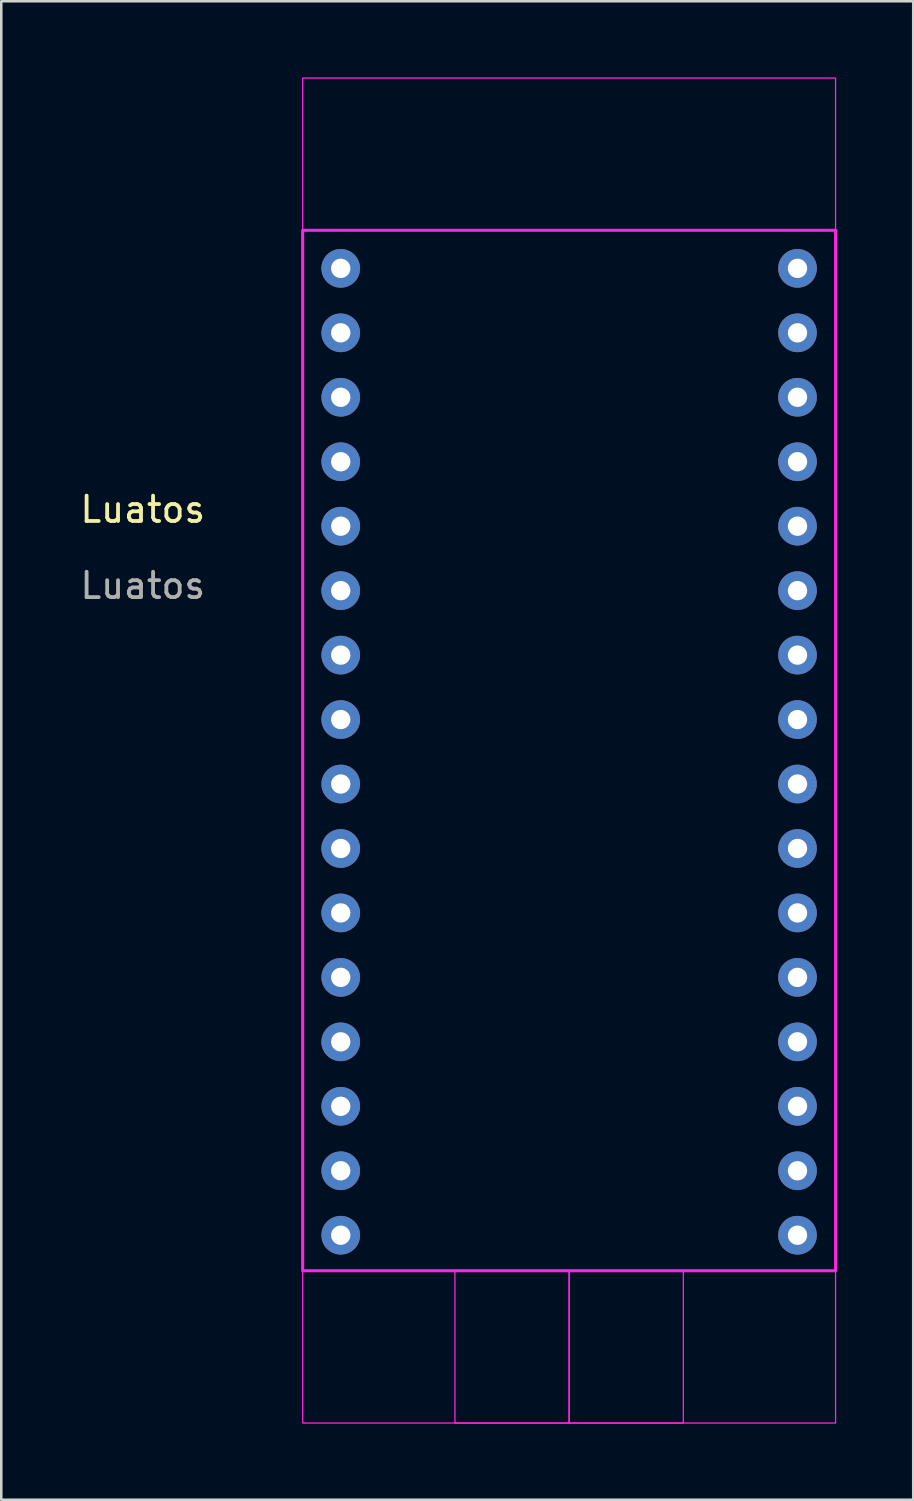
<source format=kicad_pcb>
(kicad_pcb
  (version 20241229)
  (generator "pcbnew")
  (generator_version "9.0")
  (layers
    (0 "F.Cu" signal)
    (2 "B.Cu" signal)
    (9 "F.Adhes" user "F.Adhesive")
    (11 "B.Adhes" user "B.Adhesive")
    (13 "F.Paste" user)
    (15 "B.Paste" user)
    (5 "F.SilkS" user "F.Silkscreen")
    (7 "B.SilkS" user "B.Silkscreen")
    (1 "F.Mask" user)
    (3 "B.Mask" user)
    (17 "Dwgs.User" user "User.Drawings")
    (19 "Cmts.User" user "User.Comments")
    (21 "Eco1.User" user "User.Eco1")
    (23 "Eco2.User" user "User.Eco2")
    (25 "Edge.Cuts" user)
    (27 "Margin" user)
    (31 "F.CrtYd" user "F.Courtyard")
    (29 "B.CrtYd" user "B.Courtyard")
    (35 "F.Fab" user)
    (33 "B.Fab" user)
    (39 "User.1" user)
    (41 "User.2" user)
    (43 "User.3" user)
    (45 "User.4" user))
  (footprint "Luatos"
    (layer "F.Cu")
    (at 10.377 7.525)
    (property "Reference" "Luatos" (at -7.8 9.5 0) (unlocked yes) (layer "F.SilkS") (effects (font (size 1 1) (thickness 0.15))))
    (attr through_hole)
    (fp_rect (start -1.5 -1.5) (end 19.5 -7.5) (stroke (width 0.05) (type solid)) (fill no) (layer "F.CrtYd"))
    (fp_rect (start -1.5 -1.5) (end 19.5 39.5) (stroke (width 0.12) (type solid)) (fill no) (layer "F.CrtYd"))
    (fp_rect (start -1.5 39.5) (end 19.5 45.5) (stroke (width 0.05) (type solid)) (fill no) (layer "F.CrtYd"))
    (fp_rect (start 9 39.5) (end 13.5 45.5) (stroke (width 0.05) (type solid)) (fill no) (layer "F.CrtYd"))
    (fp_rect (start 9 45.5) (end 4.5 39.5) (stroke (width 0.05) (type solid)) (fill no) (layer "F.CrtYd"))
    (fp_text user "${REFERENCE}" (at -7.8 12.5 0) (unlocked yes) (layer "F.Fab") (effects (font (size 1 1) (thickness 0.15))))
    (pad "1" thru_hole circle (at 0 0) (size 1.524 1.524) (drill 0.762) (layers "*.Cu" "*.Mask"))
    (pad "2" thru_hole circle (at 0 2.54) (size 1.524 1.524) (drill 0.762) (layers "*.Cu" "*.Mask"))
    (pad "3" thru_hole circle (at 0 5.08) (size 1.524 1.524) (drill 0.762) (layers "*.Cu" "*.Mask"))
    (pad "4" thru_hole circle (at 0 7.62) (size 1.524 1.524) (drill 0.762) (layers "*.Cu" "*.Mask"))
    (pad "5" thru_hole circle (at 0 10.16) (size 1.524 1.524) (drill 0.762) (layers "*.Cu" "*.Mask"))
    (pad "6" thru_hole circle (at 0 12.7) (size 1.524 1.524) (drill 0.762) (layers "*.Cu" "*.Mask"))
    (pad "7" thru_hole circle (at 0 15.24) (size 1.524 1.524) (drill 0.762) (layers "*.Cu" "*.Mask"))
    (pad "8" thru_hole circle (at 0 17.78) (size 1.524 1.524) (drill 0.762) (layers "*.Cu" "*.Mask"))
    (pad "9" thru_hole circle (at 0 20.32) (size 1.524 1.524) (drill 0.762) (layers "*.Cu" "*.Mask"))
    (pad "10" thru_hole circle (at 0 22.86) (size 1.524 1.524) (drill 0.762) (layers "*.Cu" "*.Mask"))
    (pad "11" thru_hole circle (at 0 25.4) (size 1.524 1.524) (drill 0.762) (layers "*.Cu" "*.Mask"))
    (pad "12" thru_hole circle (at 0 27.94) (size 1.524 1.524) (drill 0.762) (layers "*.Cu" "*.Mask"))
    (pad "13" thru_hole circle (at 0 30.48) (size 1.524 1.524) (drill 0.762) (layers "*.Cu" "*.Mask"))
    (pad "14" thru_hole circle (at 0 33.02) (size 1.524 1.524) (drill 0.762) (layers "*.Cu" "*.Mask"))
    (pad "15" thru_hole circle (at 0 35.56) (size 1.524 1.524) (drill 0.762) (layers "*.Cu" "*.Mask"))
    (pad "16" thru_hole circle (at 0 38.1) (size 1.524 1.524) (drill 0.762) (layers "*.Cu" "*.Mask"))
    (pad "17" thru_hole circle (at 18 0) (size 1.524 1.524) (drill 0.762) (layers "*.Cu" "*.Mask"))
    (pad "18" thru_hole circle (at 18 2.54) (size 1.524 1.524) (drill 0.762) (layers "*.Cu" "*.Mask"))
    (pad "19" thru_hole circle (at 18 5.08) (size 1.524 1.524) (drill 0.762) (layers "*.Cu" "*.Mask"))
    (pad "20" thru_hole circle (at 18 7.62) (size 1.524 1.524) (drill 0.762) (layers "*.Cu" "*.Mask"))
    (pad "21" thru_hole circle (at 18 10.16) (size 1.524 1.524) (drill 0.762) (layers "*.Cu" "*.Mask"))
    (pad "22" thru_hole circle (at 18 12.7) (size 1.524 1.524) (drill 0.762) (layers "*.Cu" "*.Mask"))
    (pad "23" thru_hole circle (at 18 15.24) (size 1.524 1.524) (drill 0.762) (layers "*.Cu" "*.Mask"))
    (pad "24" thru_hole circle (at 18 17.78) (size 1.524 1.524) (drill 0.762) (layers "*.Cu" "*.Mask"))
    (pad "25" thru_hole circle (at 18 20.32) (size 1.524 1.524) (drill 0.762) (layers "*.Cu" "*.Mask"))
    (pad "26" thru_hole circle (at 18 22.86) (size 1.524 1.524) (drill 0.762) (layers "*.Cu" "*.Mask"))
    (pad "27" thru_hole circle (at 18 25.4) (size 1.524 1.524) (drill 0.762) (layers "*.Cu" "*.Mask"))
    (pad "28" thru_hole circle (at 18 27.94) (size 1.524 1.524) (drill 0.762) (layers "*.Cu" "*.Mask"))
    (pad "29" thru_hole circle (at 18 30.48) (size 1.524 1.524) (drill 0.762) (layers "*.Cu" "*.Mask"))
    (pad "30" thru_hole circle (at 18 33.02) (size 1.524 1.524) (drill 0.762) (layers "*.Cu" "*.Mask"))
    (pad "31" thru_hole circle (at 18 35.56) (size 1.524 1.524) (drill 0.762) (layers "*.Cu" "*.Mask"))
    (pad "32" thru_hole circle (at 18 38.1) (size 1.524 1.524) (drill 0.762) (layers "*.Cu" "*.Mask"))
    (zone (net_name "") (layers "F.Cu" "B.Cu" "F.CrtYd") (hatch edge 0.508) (connect_pads) (min_thickness 0.254) (filled_areas_thickness no) (keepout (tracks not_allowed) (vias not_allowed) (pads not_allowed) (copperpour allowed) (footprints allowed)) (placement (enabled no)) (fill) (polygon (pts (xy 29.877 6.025) (xy 8.877 6.025) (xy 8.877 0.025) (xy 29.877 0.025)))))
  (gr_rect
    (start -3 -3)
    (end 32.937 56.05)
    (stroke (width 0.1) (type default))
    (fill no)
    (layer "Edge.Cuts")))
</source>
